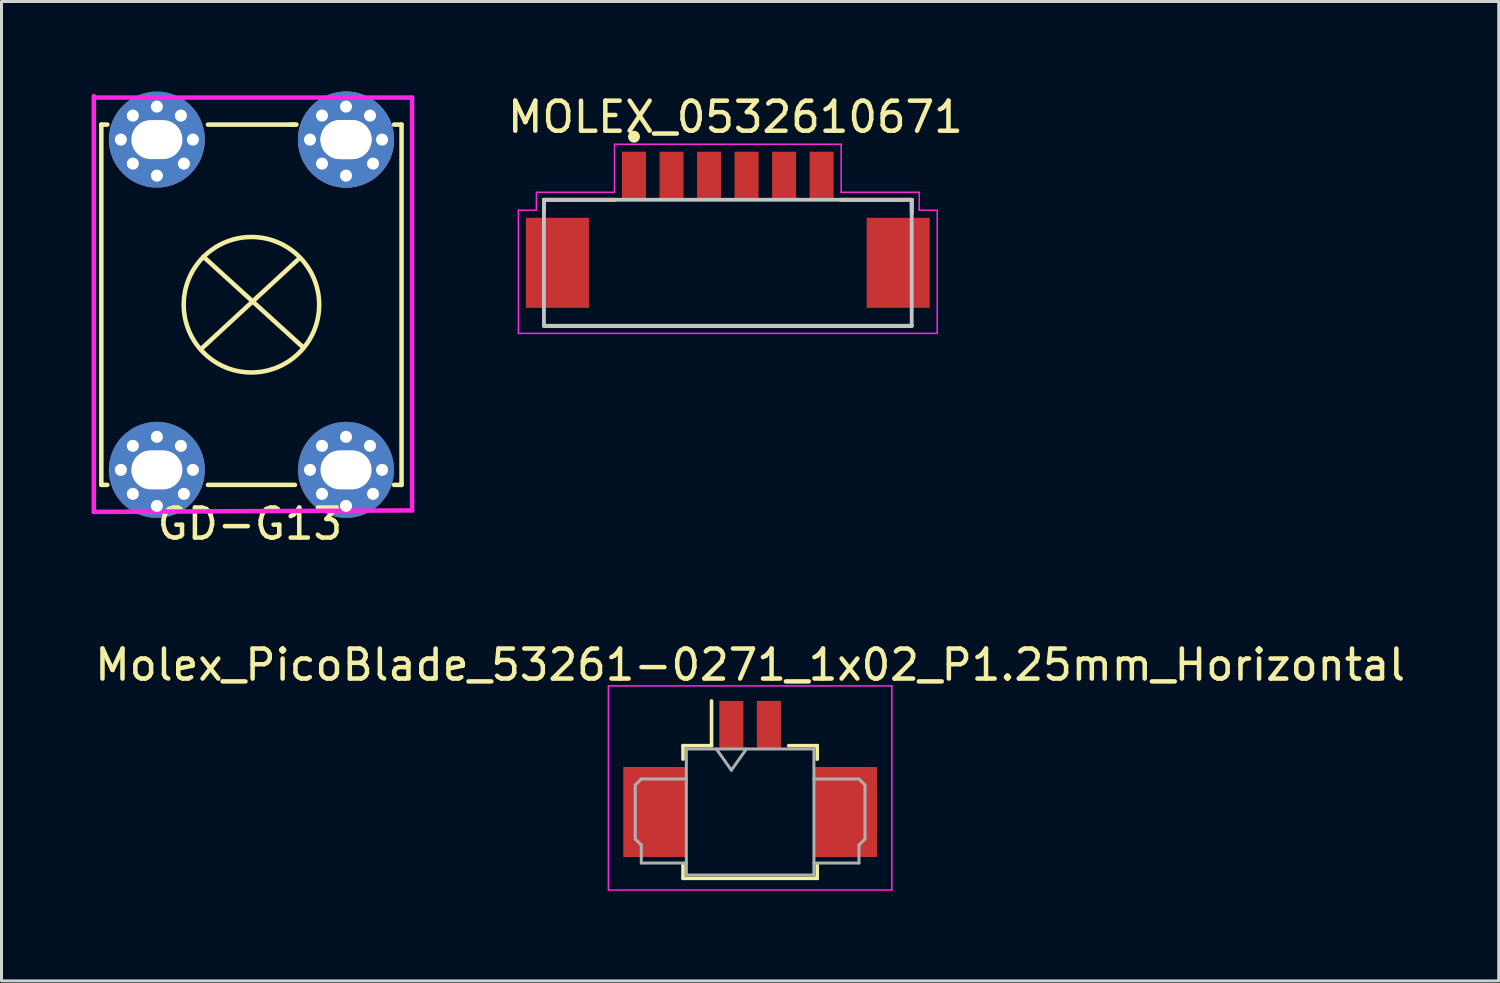
<source format=kicad_pcb>
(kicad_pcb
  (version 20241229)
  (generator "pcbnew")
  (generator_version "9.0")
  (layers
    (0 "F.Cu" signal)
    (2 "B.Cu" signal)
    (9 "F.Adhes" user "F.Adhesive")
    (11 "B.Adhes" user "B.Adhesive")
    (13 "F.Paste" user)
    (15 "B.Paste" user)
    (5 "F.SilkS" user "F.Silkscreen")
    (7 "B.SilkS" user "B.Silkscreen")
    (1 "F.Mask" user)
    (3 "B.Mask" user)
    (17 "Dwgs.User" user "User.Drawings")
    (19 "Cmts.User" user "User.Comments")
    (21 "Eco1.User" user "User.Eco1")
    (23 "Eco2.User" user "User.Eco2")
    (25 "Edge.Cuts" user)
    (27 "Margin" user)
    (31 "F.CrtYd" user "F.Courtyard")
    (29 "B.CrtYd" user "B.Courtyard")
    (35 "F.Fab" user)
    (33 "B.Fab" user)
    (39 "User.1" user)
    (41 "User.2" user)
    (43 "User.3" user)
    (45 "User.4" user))
  (footprint "Molex_PicoBlade_53261-0271_1x02_P1.25mm_Horizontal"
    (layer "F.Cu")
    (at 21.935 22.896)
    (property "Reference" "Molex_PicoBlade_53261-0271_1x02_P1.25mm_Horizontal" (at 0 -3.8 0) (layer "F.SilkS") (effects (font (size 1 1) (thickness 0.15))))
    (attr smd)
    (fp_line (start -2.235 -1.11) (end -1.285 -1.11) (stroke (width 0.12) (type solid)) (layer "F.SilkS"))
    (fp_line (start -2.235 -0.66) (end -2.235 -1.11) (stroke (width 0.12) (type solid)) (layer "F.SilkS"))
    (fp_line (start -2.235 2.86) (end -2.235 3.31) (stroke (width 0.12) (type solid)) (layer "F.SilkS"))
    (fp_line (start -2.235 3.31) (end 2.235 3.31) (stroke (width 0.12) (type solid)) (layer "F.SilkS"))
    (fp_line (start -1.285 -1.11) (end -1.285 -2.6) (stroke (width 0.12) (type solid)) (layer "F.SilkS"))
    (fp_line (start 2.235 -1.11) (end 1.285 -1.11) (stroke (width 0.12) (type solid)) (layer "F.SilkS"))
    (fp_line (start 2.235 -0.66) (end 2.235 -1.11) (stroke (width 0.12) (type solid)) (layer "F.SilkS"))
    (fp_line (start 2.235 3.31) (end 2.235 2.86) (stroke (width 0.12) (type solid)) (layer "F.SilkS"))
    (fp_line (start -4.72 -3.1) (end -4.72 3.7) (stroke (width 0.05) (type solid)) (layer "F.CrtYd"))
    (fp_line (start -4.72 3.7) (end 4.72 3.7) (stroke (width 0.05) (type solid)) (layer "F.CrtYd"))
    (fp_line (start 4.72 -3.1) (end -4.72 -3.1) (stroke (width 0.05) (type solid)) (layer "F.CrtYd"))
    (fp_line (start 4.72 3.7) (end 4.72 -3.1) (stroke (width 0.05) (type solid)) (layer "F.CrtYd"))
    (fp_line (start -3.825 0.2) (end -3.825 2) (stroke (width 0.1) (type solid)) (layer "F.Fab"))
    (fp_line (start -3.825 2) (end -3.625 2.2) (stroke (width 0.1) (type solid)) (layer "F.Fab"))
    (fp_line (start -3.625 0) (end -3.825 0.2) (stroke (width 0.1) (type solid)) (layer "F.Fab"))
    (fp_line (start -3.625 2.2) (end -3.625 2.8) (stroke (width 0.1) (type solid)) (layer "F.Fab"))
    (fp_line (start -3.625 2.8) (end -2.125 2.8) (stroke (width 0.1) (type solid)) (layer "F.Fab"))
    (fp_line (start -2.125 -1) (end -2.125 3.2) (stroke (width 0.1) (type solid)) (layer "F.Fab"))
    (fp_line (start -2.125 -1) (end 2.125 -1) (stroke (width 0.1) (type solid)) (layer "F.Fab"))
    (fp_line (start -2.125 0) (end -3.625 0) (stroke (width 0.1) (type solid)) (layer "F.Fab"))
    (fp_line (start -2.125 3.2) (end 2.125 3.2) (stroke (width 0.1) (type solid)) (layer "F.Fab"))
    (fp_line (start -1.125 -1) (end -0.625 -0.293) (stroke (width 0.1) (type solid)) (layer "F.Fab"))
    (fp_line (start -0.625 -0.293) (end -0.125 -1) (stroke (width 0.1) (type solid)) (layer "F.Fab"))
    (fp_line (start 2.125 -1) (end 2.125 3.2) (stroke (width 0.1) (type solid)) (layer "F.Fab"))
    (fp_line (start 2.125 0) (end 3.625 0) (stroke (width 0.1) (type solid)) (layer "F.Fab"))
    (fp_line (start 3.625 0) (end 3.825 0.2) (stroke (width 0.1) (type solid)) (layer "F.Fab"))
    (fp_line (start 3.625 2.2) (end 3.625 2.8) (stroke (width 0.1) (type solid)) (layer "F.Fab"))
    (fp_line (start 3.625 2.8) (end 2.125 2.8) (stroke (width 0.1) (type solid)) (layer "F.Fab"))
    (fp_line (start 3.825 0.2) (end 3.825 2) (stroke (width 0.1) (type solid)) (layer "F.Fab"))
    (fp_line (start 3.825 2) (end 3.625 2.2) (stroke (width 0.1) (type solid)) (layer "F.Fab"))
    (pad "" smd rect (at -3.175 1.1) (size 2.1 3) (layers "F.Cu" "F.Mask" "F.Paste"))
    (pad "" smd rect (at 3.175 1.1) (size 2.1 3) (layers "F.Cu" "F.Mask" "F.Paste"))
    (pad "1" smd rect (at -0.625 -1.8) (size 0.8 1.6) (layers "F.Cu" "F.Mask" "F.Paste"))
    (pad "2" smd rect (at 0.625 -1.8) (size 0.8 1.6) (layers "F.Cu" "F.Mask" "F.Paste")))
  (footprint "MOLEX_0532610671"
    (layer "F.Cu")
    (at 21.192 2.804)
    (property "Reference" "MOLEX_0532610671" (at 0.254 -1.956 0) (layer "F.SilkS") (effects (font (size 1 1) (thickness 0.15))))
    (attr smd)
    (fp_line (start -6.125 0.8) (end -6.125 1.25) (stroke (width 0.127) (type solid)) (layer "F.SilkS"))
    (fp_line (start -6.125 0.8) (end -3.75 0.8) (stroke (width 0.127) (type solid)) (layer "F.SilkS"))
    (fp_line (start -6.125 5) (end 6.125 5) (stroke (width 0.127) (type solid)) (layer "F.SilkS"))
    (fp_line (start 3.75 0.8) (end 6.125 0.8) (stroke (width 0.127) (type solid)) (layer "F.SilkS"))
    (fp_line (start 6.125 0.8) (end 6.125 1.25) (stroke (width 0.127) (type solid)) (layer "F.SilkS"))
    (fp_circle (center -3.125 -1.3) (end -3.025 -1.3) (stroke (width 0.2) (type solid)) (fill no) (layer "F.SilkS"))
    (fp_line (start -6.125 0.8) (end -6.125 5) (stroke (width 0.127) (type solid)) (layer "Dwgs.User"))
    (fp_line (start -6.125 5) (end 6.125 5) (stroke (width 0.127) (type solid)) (layer "Dwgs.User"))
    (fp_line (start 6.125 0.8) (end -6.125 0.8) (stroke (width 0.127) (type solid)) (layer "Dwgs.User"))
    (fp_line (start 6.125 5) (end 6.125 0.8) (stroke (width 0.127) (type solid)) (layer "Dwgs.User"))
    (fp_line (start -6.975 1.15) (end -6.375 1.15) (stroke (width 0.05) (type solid)) (layer "F.CrtYd"))
    (fp_line (start -6.975 5.25) (end -6.975 1.15) (stroke (width 0.05) (type solid)) (layer "F.CrtYd"))
    (fp_line (start -6.375 0.55) (end -3.775 0.55) (stroke (width 0.05) (type solid)) (layer "F.CrtYd"))
    (fp_line (start -6.375 1.15) (end -6.375 0.55) (stroke (width 0.05) (type solid)) (layer "F.CrtYd"))
    (fp_line (start -3.775 -1.05) (end 3.775 -1.05) (stroke (width 0.05) (type solid)) (layer "F.CrtYd"))
    (fp_line (start -3.775 0.55) (end -3.775 -1.05) (stroke (width 0.05) (type solid)) (layer "F.CrtYd"))
    (fp_line (start 3.775 -1.05) (end 3.775 0.55) (stroke (width 0.05) (type solid)) (layer "F.CrtYd"))
    (fp_line (start 3.775 0.55) (end 6.375 0.55) (stroke (width 0.05) (type solid)) (layer "F.CrtYd"))
    (fp_line (start 6.375 0.55) (end 6.375 1.15) (stroke (width 0.05) (type solid)) (layer "F.CrtYd"))
    (fp_line (start 6.375 1.15) (end 6.975 1.15) (stroke (width 0.05) (type solid)) (layer "F.CrtYd"))
    (fp_line (start 6.975 1.15) (end 6.975 5.25) (stroke (width 0.05) (type solid)) (layer "F.CrtYd"))
    (fp_line (start 6.975 5.25) (end -6.975 5.25) (stroke (width 0.05) (type solid)) (layer "F.CrtYd"))
    (pad "1" smd rect (at -3.125 0 90) (size 1.6 0.8) (layers "F.Cu" "F.Mask" "F.Paste"))
    (pad "2" smd rect (at -1.875 0 90) (size 1.6 0.8) (layers "F.Cu" "F.Mask" "F.Paste"))
    (pad "3" smd rect (at -0.625 0 90) (size 1.6 0.8) (layers "F.Cu" "F.Mask" "F.Paste"))
    (pad "4" smd rect (at 0.625 0 90) (size 1.6 0.8) (layers "F.Cu" "F.Mask" "F.Paste"))
    (pad "5" smd rect (at 1.875 0 90) (size 1.6 0.8) (layers "F.Cu" "F.Mask" "F.Paste"))
    (pad "6" smd rect (at 3.125 0 90) (size 1.6 0.8) (layers "F.Cu" "F.Mask" "F.Paste"))
    (pad "S1" smd rect (at -5.675 2.9 90) (size 3 2.1) (layers "F.Cu" "F.Mask" "F.Paste"))
    (pad "S2" smd rect (at 5.675 2.9 90) (size 3 2.1) (layers "F.Cu" "F.Mask" "F.Paste")))
  (footprint "GD-G13"
    (layer "F.Cu")
    (at 5.375 7)
    (property "Reference" "GD-G13" (at -0.1 7.4 0) (layer "F.SilkS") (effects (font (size 1 1) (thickness 0.15))))
    (attr through_hole)
    (fp_line (start -5.05 -5.9) (end -5.05 6.1) (stroke (width 0.15) (type solid)) (layer "F.SilkS"))
    (fp_line (start -5.05 -5.9) (end -4.85 -5.9) (stroke (width 0.15) (type solid)) (layer "F.SilkS"))
    (fp_line (start -5.05 6.1) (end -4.85 6.1) (stroke (width 0.15) (type solid)) (layer "F.SilkS"))
    (fp_line (start -1.65 -1.5) (end 1.65 1.5) (stroke (width 0.15) (type solid)) (layer "F.SilkS"))
    (fp_line (start -1.5 -5.9) (end 1.4 -5.9) (stroke (width 0.15) (type solid)) (layer "F.SilkS"))
    (fp_line (start -1.5 6.1) (end 1.4 6.1) (stroke (width 0.15) (type solid)) (layer "F.SilkS"))
    (fp_line (start 1.25 -5.9) (end 1.45 -5.9) (stroke (width 0.15) (type solid)) (layer "F.SilkS"))
    (fp_line (start 1.55 -1.45) (end -1.7 1.55) (stroke (width 0.15) (type solid)) (layer "F.SilkS"))
    (fp_line (start 4.95 -5.9) (end 4.7 -5.9) (stroke (width 0.15) (type solid)) (layer "F.SilkS"))
    (fp_line (start 4.95 -5.9) (end 4.95 6.1) (stroke (width 0.15) (type solid)) (layer "F.SilkS"))
    (fp_line (start 4.95 6.1) (end 4.7 6.1) (stroke (width 0.15) (type solid)) (layer "F.SilkS"))
    (fp_circle (center -0.05 0.1) (end -2.25 -0.4) (stroke (width 0.15) (type solid)) (fill no) (layer "F.SilkS"))
    (fp_line (start -5.3 7) (end -5.3 -6.85) (stroke (width 0.15) (type solid)) (layer "F.CrtYd"))
    (fp_line (start -5.25 -6.8) (end 5.3 -6.8) (stroke (width 0.15) (type solid)) (layer "F.CrtYd"))
    (fp_line (start 5.3 -6.8) (end 5.3 6.95) (stroke (width 0.15) (type solid)) (layer "F.CrtYd"))
    (fp_line (start 5.3 6.95) (end -5.3 7) (stroke (width 0.15) (type solid)) (layer "F.CrtYd"))
    (pad "" thru_hole circle (at -4.4 -5.4) (size 0.6 0.6) (drill 0.4) (layers "*.Cu" "*.Mask"))
    (pad "" thru_hole circle (at -4.4 5.6) (size 0.6 0.6) (drill 0.4) (layers "*.Cu" "*.Mask"))
    (pad "" thru_hole circle (at -4 -6.2) (size 0.6 0.6) (drill 0.4) (layers "*.Cu" "*.Mask"))
    (pad "" thru_hole circle (at -4 -4.6) (size 0.6 0.6) (drill 0.4) (layers "*.Cu" "*.Mask"))
    (pad "" thru_hole circle (at -4 4.8) (size 0.6 0.6) (drill 0.4) (layers "*.Cu" "*.Mask"))
    (pad "" thru_hole circle (at -4 6.4) (size 0.6 0.6) (drill 0.4) (layers "*.Cu" "*.Mask"))
    (pad "" thru_hole circle (at -3.2 -6.5) (size 0.6 0.6) (drill 0.4) (layers "*.Cu" "*.Mask"))
    (pad "" thru_hole circle (at -3.2 -4.2) (size 0.6 0.6) (drill 0.4) (layers "*.Cu" "*.Mask"))
    (pad "" thru_hole circle (at -3.2 4.5) (size 0.6 0.6) (drill 0.4) (layers "*.Cu" "*.Mask"))
    (pad "" thru_hole circle (at -3.2 6.8) (size 0.6 0.6) (drill 0.4) (layers "*.Cu" "*.Mask"))
    (pad "" thru_hole circle (at -2.4 -6.2) (size 0.6 0.6) (drill 0.4) (layers "*.Cu" "*.Mask"))
    (pad "" thru_hole circle (at -2.4 4.8) (size 0.6 0.6) (drill 0.4) (layers "*.Cu" "*.Mask"))
    (pad "" thru_hole circle (at -2.3 -4.6) (size 0.6 0.6) (drill 0.4) (layers "*.Cu" "*.Mask"))
    (pad "" thru_hole circle (at -2.3 6.4) (size 0.6 0.6) (drill 0.4) (layers "*.Cu" "*.Mask"))
    (pad "" thru_hole circle (at -2 -5.4) (size 0.6 0.6) (drill 0.4) (layers "*.Cu" "*.Mask"))
    (pad "" thru_hole circle (at -2 5.6) (size 0.6 0.6) (drill 0.4) (layers "*.Cu" "*.Mask"))
    (pad "" thru_hole circle (at 1.9 -5.4) (size 0.6 0.6) (drill 0.4) (layers "*.Cu" "*.Mask"))
    (pad "" thru_hole circle (at 1.9 5.6) (size 0.6 0.6) (drill 0.4) (layers "*.Cu" "*.Mask"))
    (pad "" thru_hole circle (at 2.3 -6.2) (size 0.6 0.6) (drill 0.4) (layers "*.Cu" "*.Mask"))
    (pad "" thru_hole circle (at 2.3 -4.6) (size 0.6 0.6) (drill 0.4) (layers "*.Cu" "*.Mask"))
    (pad "" thru_hole circle (at 2.3 4.8) (size 0.6 0.6) (drill 0.4) (layers "*.Cu" "*.Mask"))
    (pad "" thru_hole circle (at 2.3 6.4) (size 0.6 0.6) (drill 0.4) (layers "*.Cu" "*.Mask"))
    (pad "" thru_hole circle (at 3.1 -6.5) (size 0.6 0.6) (drill 0.4) (layers "*.Cu" "*.Mask"))
    (pad "" thru_hole circle (at 3.1 -4.2) (size 0.6 0.6) (drill 0.4) (layers "*.Cu" "*.Mask"))
    (pad "" thru_hole circle (at 3.1 4.5) (size 0.6 0.6) (drill 0.4) (layers "*.Cu" "*.Mask"))
    (pad "" thru_hole circle (at 3.1 6.8) (size 0.6 0.6) (drill 0.4) (layers "*.Cu" "*.Mask"))
    (pad "" thru_hole circle (at 3.9 -6.2) (size 0.6 0.6) (drill 0.4) (layers "*.Cu" "*.Mask"))
    (pad "" thru_hole circle (at 3.9 4.8) (size 0.6 0.6) (drill 0.4) (layers "*.Cu" "*.Mask"))
    (pad "" thru_hole circle (at 4 -4.6) (size 0.6 0.6) (drill 0.4) (layers "*.Cu" "*.Mask"))
    (pad "" thru_hole circle (at 4 6.4) (size 0.6 0.6) (drill 0.4) (layers "*.Cu" "*.Mask"))
    (pad "" thru_hole circle (at 4.3 -5.4) (size 0.6 0.6) (drill 0.4) (layers "*.Cu" "*.Mask"))
    (pad "" thru_hole circle (at 4.3 5.6) (size 0.6 0.6) (drill 0.4) (layers "*.Cu" "*.Mask"))
    (pad "1" thru_hole circle (at -3.2 -5.4) (size 3.2 3.2) (drill oval 1.7 1.3) (layers "*.Cu" "*.Mask"))
    (pad "1" thru_hole circle (at -3.2 5.6) (size 3.2 3.2) (drill oval 1.7 1.3) (layers "*.Cu" "*.Mask"))
    (pad "1" thru_hole circle (at 3.1 -5.4) (size 3.2 3.2) (drill oval 1.7 1.3) (layers "*.Cu" "*.Mask"))
    (pad "1" thru_hole circle (at 3.1 -5.4) (size 3.2 3.2) (drill oval 1.7 1.3) (layers "*.Cu" "*.Mask"))
    (pad "1" thru_hole circle (at 3.1 5.6) (size 3.2 3.2) (drill oval 1.7 1.3) (layers "*.Cu" "*.Mask")))
  (gr_rect
    (start -3 -3)
    (end 46.869 29.622)
    (stroke (width 0.1) (type default))
    (fill no)
    (layer "Edge.Cuts")))
</source>
